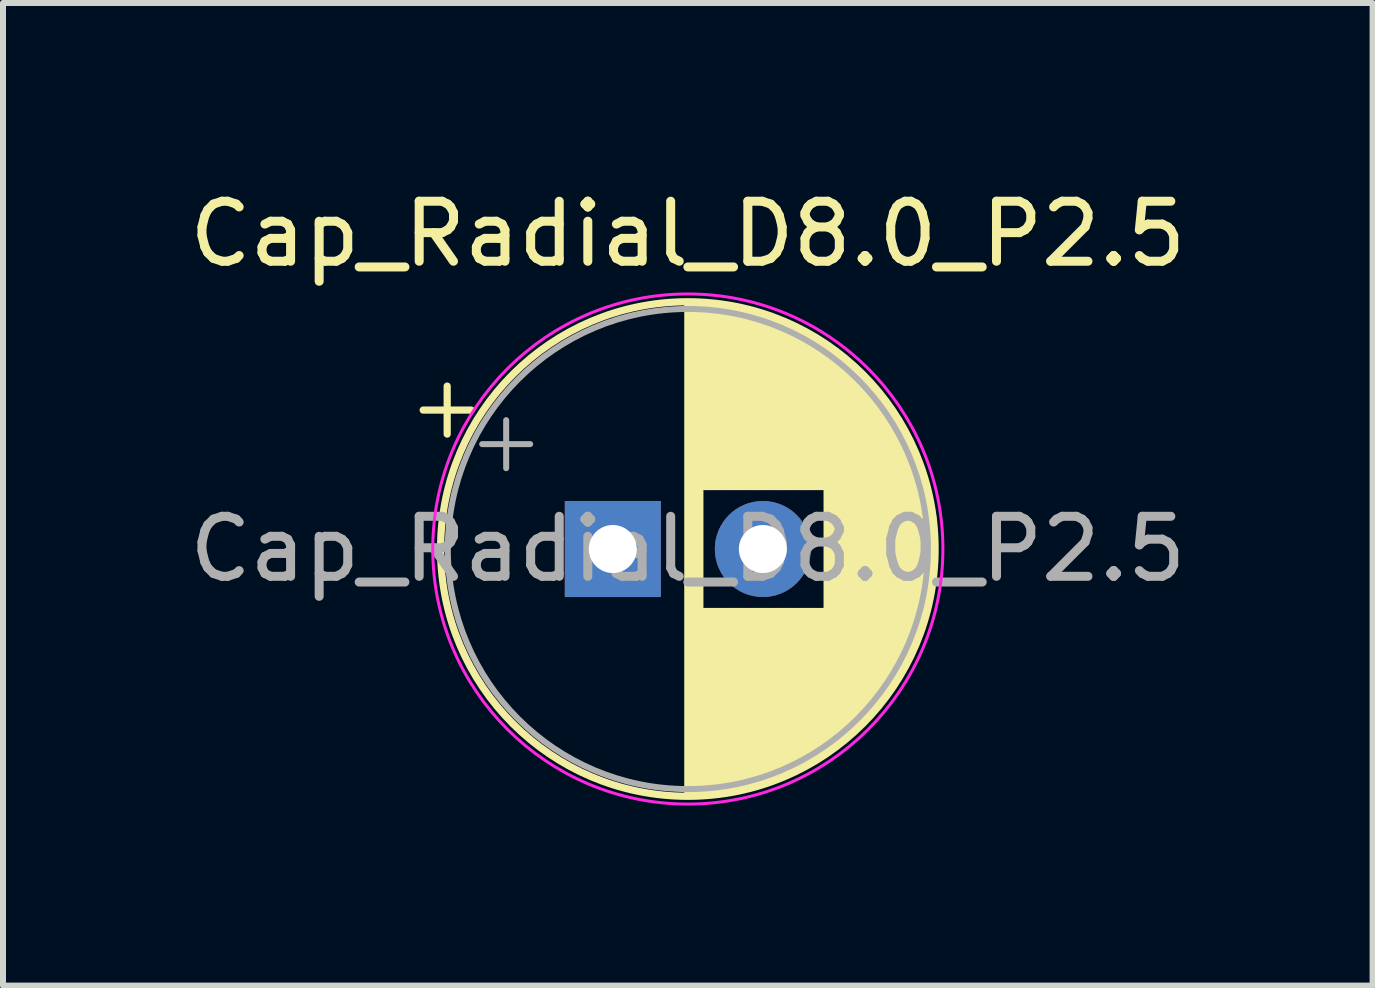
<source format=kicad_pcb>
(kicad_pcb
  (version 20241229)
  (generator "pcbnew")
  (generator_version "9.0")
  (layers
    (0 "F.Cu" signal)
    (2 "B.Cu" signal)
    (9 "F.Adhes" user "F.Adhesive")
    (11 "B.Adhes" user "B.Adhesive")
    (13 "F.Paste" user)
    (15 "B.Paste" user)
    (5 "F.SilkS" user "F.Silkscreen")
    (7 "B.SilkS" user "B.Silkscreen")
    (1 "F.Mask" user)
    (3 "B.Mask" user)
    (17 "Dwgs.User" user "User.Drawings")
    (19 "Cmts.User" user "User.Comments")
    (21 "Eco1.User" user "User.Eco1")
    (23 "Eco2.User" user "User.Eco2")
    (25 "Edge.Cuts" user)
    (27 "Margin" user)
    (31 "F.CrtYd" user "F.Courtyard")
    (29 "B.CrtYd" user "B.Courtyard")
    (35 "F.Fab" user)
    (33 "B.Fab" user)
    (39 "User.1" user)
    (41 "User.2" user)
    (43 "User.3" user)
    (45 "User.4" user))
  (footprint "Cap_Radial_D8.0_P2.5"
    (layer "F.Cu")
    (at 7.161 6.098)
    (property "Reference" "Cap_Radial_D8.0_P2.5" (at 1.25 -5.25 0) (layer "F.SilkS") (effects (font (size 1 1) (thickness 0.15))))
    (attr through_hole)
    (fp_line (start -3.16 -2.315) (end -2.36 -2.315) (stroke (width 0.12) (type solid)) (layer "F.SilkS"))
    (fp_line (start -2.76 -2.715) (end -2.76 -1.915) (stroke (width 0.12) (type solid)) (layer "F.SilkS"))
    (fp_line (start 1.25 -4.08) (end 1.25 4.08) (stroke (width 0.12) (type solid)) (layer "F.SilkS"))
    (fp_line (start 1.29 -4.08) (end 1.29 4.08) (stroke (width 0.12) (type solid)) (layer "F.SilkS"))
    (fp_line (start 1.33 -4.08) (end 1.33 4.08) (stroke (width 0.12) (type solid)) (layer "F.SilkS"))
    (fp_line (start 1.37 -4.079) (end 1.37 4.079) (stroke (width 0.12) (type solid)) (layer "F.SilkS"))
    (fp_line (start 1.41 -4.077) (end 1.41 4.077) (stroke (width 0.12) (type solid)) (layer "F.SilkS"))
    (fp_line (start 1.45 -4.076) (end 1.45 4.076) (stroke (width 0.12) (type solid)) (layer "F.SilkS"))
    (fp_line (start 1.49 -4.074) (end 1.49 -1.04) (stroke (width 0.12) (type solid)) (layer "F.SilkS"))
    (fp_line (start 1.49 1.04) (end 1.49 4.074) (stroke (width 0.12) (type solid)) (layer "F.SilkS"))
    (fp_line (start 1.53 -4.071) (end 1.53 -1.04) (stroke (width 0.12) (type solid)) (layer "F.SilkS"))
    (fp_line (start 1.53 1.04) (end 1.53 4.071) (stroke (width 0.12) (type solid)) (layer "F.SilkS"))
    (fp_line (start 1.57 -4.068) (end 1.57 -1.04) (stroke (width 0.12) (type solid)) (layer "F.SilkS"))
    (fp_line (start 1.57 1.04) (end 1.57 4.068) (stroke (width 0.12) (type solid)) (layer "F.SilkS"))
    (fp_line (start 1.61 -4.065) (end 1.61 -1.04) (stroke (width 0.12) (type solid)) (layer "F.SilkS"))
    (fp_line (start 1.61 1.04) (end 1.61 4.065) (stroke (width 0.12) (type solid)) (layer "F.SilkS"))
    (fp_line (start 1.65 -4.061) (end 1.65 -1.04) (stroke (width 0.12) (type solid)) (layer "F.SilkS"))
    (fp_line (start 1.65 1.04) (end 1.65 4.061) (stroke (width 0.12) (type solid)) (layer "F.SilkS"))
    (fp_line (start 1.69 -4.057) (end 1.69 -1.04) (stroke (width 0.12) (type solid)) (layer "F.SilkS"))
    (fp_line (start 1.69 1.04) (end 1.69 4.057) (stroke (width 0.12) (type solid)) (layer "F.SilkS"))
    (fp_line (start 1.73 -4.052) (end 1.73 -1.04) (stroke (width 0.12) (type solid)) (layer "F.SilkS"))
    (fp_line (start 1.73 1.04) (end 1.73 4.052) (stroke (width 0.12) (type solid)) (layer "F.SilkS"))
    (fp_line (start 1.77 -4.048) (end 1.77 -1.04) (stroke (width 0.12) (type solid)) (layer "F.SilkS"))
    (fp_line (start 1.77 1.04) (end 1.77 4.048) (stroke (width 0.12) (type solid)) (layer "F.SilkS"))
    (fp_line (start 1.81 -4.042) (end 1.81 -1.04) (stroke (width 0.12) (type solid)) (layer "F.SilkS"))
    (fp_line (start 1.81 1.04) (end 1.81 4.042) (stroke (width 0.12) (type solid)) (layer "F.SilkS"))
    (fp_line (start 1.85 -4.037) (end 1.85 -1.04) (stroke (width 0.12) (type solid)) (layer "F.SilkS"))
    (fp_line (start 1.85 1.04) (end 1.85 4.037) (stroke (width 0.12) (type solid)) (layer "F.SilkS"))
    (fp_line (start 1.89 -4.03) (end 1.89 -1.04) (stroke (width 0.12) (type solid)) (layer "F.SilkS"))
    (fp_line (start 1.89 1.04) (end 1.89 4.03) (stroke (width 0.12) (type solid)) (layer "F.SilkS"))
    (fp_line (start 1.93 -4.024) (end 1.93 -1.04) (stroke (width 0.12) (type solid)) (layer "F.SilkS"))
    (fp_line (start 1.93 1.04) (end 1.93 4.024) (stroke (width 0.12) (type solid)) (layer "F.SilkS"))
    (fp_line (start 1.971 -4.017) (end 1.971 -1.04) (stroke (width 0.12) (type solid)) (layer "F.SilkS"))
    (fp_line (start 1.971 1.04) (end 1.971 4.017) (stroke (width 0.12) (type solid)) (layer "F.SilkS"))
    (fp_line (start 2.011 -4.01) (end 2.011 -1.04) (stroke (width 0.12) (type solid)) (layer "F.SilkS"))
    (fp_line (start 2.011 1.04) (end 2.011 4.01) (stroke (width 0.12) (type solid)) (layer "F.SilkS"))
    (fp_line (start 2.051 -4.002) (end 2.051 -1.04) (stroke (width 0.12) (type solid)) (layer "F.SilkS"))
    (fp_line (start 2.051 1.04) (end 2.051 4.002) (stroke (width 0.12) (type solid)) (layer "F.SilkS"))
    (fp_line (start 2.091 -3.994) (end 2.091 -1.04) (stroke (width 0.12) (type solid)) (layer "F.SilkS"))
    (fp_line (start 2.091 1.04) (end 2.091 3.994) (stroke (width 0.12) (type solid)) (layer "F.SilkS"))
    (fp_line (start 2.131 -3.985) (end 2.131 -1.04) (stroke (width 0.12) (type solid)) (layer "F.SilkS"))
    (fp_line (start 2.131 1.04) (end 2.131 3.985) (stroke (width 0.12) (type solid)) (layer "F.SilkS"))
    (fp_line (start 2.171 -3.976) (end 2.171 -1.04) (stroke (width 0.12) (type solid)) (layer "F.SilkS"))
    (fp_line (start 2.171 1.04) (end 2.171 3.976) (stroke (width 0.12) (type solid)) (layer "F.SilkS"))
    (fp_line (start 2.211 -3.967) (end 2.211 -1.04) (stroke (width 0.12) (type solid)) (layer "F.SilkS"))
    (fp_line (start 2.211 1.04) (end 2.211 3.967) (stroke (width 0.12) (type solid)) (layer "F.SilkS"))
    (fp_line (start 2.251 -3.957) (end 2.251 -1.04) (stroke (width 0.12) (type solid)) (layer "F.SilkS"))
    (fp_line (start 2.251 1.04) (end 2.251 3.957) (stroke (width 0.12) (type solid)) (layer "F.SilkS"))
    (fp_line (start 2.291 -3.947) (end 2.291 -1.04) (stroke (width 0.12) (type solid)) (layer "F.SilkS"))
    (fp_line (start 2.291 1.04) (end 2.291 3.947) (stroke (width 0.12) (type solid)) (layer "F.SilkS"))
    (fp_line (start 2.331 -3.936) (end 2.331 -1.04) (stroke (width 0.12) (type solid)) (layer "F.SilkS"))
    (fp_line (start 2.331 1.04) (end 2.331 3.936) (stroke (width 0.12) (type solid)) (layer "F.SilkS"))
    (fp_line (start 2.371 -3.925) (end 2.371 -1.04) (stroke (width 0.12) (type solid)) (layer "F.SilkS"))
    (fp_line (start 2.371 1.04) (end 2.371 3.925) (stroke (width 0.12) (type solid)) (layer "F.SilkS"))
    (fp_line (start 2.411 -3.914) (end 2.411 -1.04) (stroke (width 0.12) (type solid)) (layer "F.SilkS"))
    (fp_line (start 2.411 1.04) (end 2.411 3.914) (stroke (width 0.12) (type solid)) (layer "F.SilkS"))
    (fp_line (start 2.451 -3.902) (end 2.451 -1.04) (stroke (width 0.12) (type solid)) (layer "F.SilkS"))
    (fp_line (start 2.451 1.04) (end 2.451 3.902) (stroke (width 0.12) (type solid)) (layer "F.SilkS"))
    (fp_line (start 2.491 -3.889) (end 2.491 -1.04) (stroke (width 0.12) (type solid)) (layer "F.SilkS"))
    (fp_line (start 2.491 1.04) (end 2.491 3.889) (stroke (width 0.12) (type solid)) (layer "F.SilkS"))
    (fp_line (start 2.531 -3.877) (end 2.531 -1.04) (stroke (width 0.12) (type solid)) (layer "F.SilkS"))
    (fp_line (start 2.531 1.04) (end 2.531 3.877) (stroke (width 0.12) (type solid)) (layer "F.SilkS"))
    (fp_line (start 2.571 -3.863) (end 2.571 -1.04) (stroke (width 0.12) (type solid)) (layer "F.SilkS"))
    (fp_line (start 2.571 1.04) (end 2.571 3.863) (stroke (width 0.12) (type solid)) (layer "F.SilkS"))
    (fp_line (start 2.611 -3.85) (end 2.611 -1.04) (stroke (width 0.12) (type solid)) (layer "F.SilkS"))
    (fp_line (start 2.611 1.04) (end 2.611 3.85) (stroke (width 0.12) (type solid)) (layer "F.SilkS"))
    (fp_line (start 2.651 -3.835) (end 2.651 -1.04) (stroke (width 0.12) (type solid)) (layer "F.SilkS"))
    (fp_line (start 2.651 1.04) (end 2.651 3.835) (stroke (width 0.12) (type solid)) (layer "F.SilkS"))
    (fp_line (start 2.691 -3.821) (end 2.691 -1.04) (stroke (width 0.12) (type solid)) (layer "F.SilkS"))
    (fp_line (start 2.691 1.04) (end 2.691 3.821) (stroke (width 0.12) (type solid)) (layer "F.SilkS"))
    (fp_line (start 2.731 -3.805) (end 2.731 -1.04) (stroke (width 0.12) (type solid)) (layer "F.SilkS"))
    (fp_line (start 2.731 1.04) (end 2.731 3.805) (stroke (width 0.12) (type solid)) (layer "F.SilkS"))
    (fp_line (start 2.771 -3.79) (end 2.771 -1.04) (stroke (width 0.12) (type solid)) (layer "F.SilkS"))
    (fp_line (start 2.771 1.04) (end 2.771 3.79) (stroke (width 0.12) (type solid)) (layer "F.SilkS"))
    (fp_line (start 2.811 -3.774) (end 2.811 -1.04) (stroke (width 0.12) (type solid)) (layer "F.SilkS"))
    (fp_line (start 2.811 1.04) (end 2.811 3.774) (stroke (width 0.12) (type solid)) (layer "F.SilkS"))
    (fp_line (start 2.851 -3.757) (end 2.851 -1.04) (stroke (width 0.12) (type solid)) (layer "F.SilkS"))
    (fp_line (start 2.851 1.04) (end 2.851 3.757) (stroke (width 0.12) (type solid)) (layer "F.SilkS"))
    (fp_line (start 2.891 -3.74) (end 2.891 -1.04) (stroke (width 0.12) (type solid)) (layer "F.SilkS"))
    (fp_line (start 2.891 1.04) (end 2.891 3.74) (stroke (width 0.12) (type solid)) (layer "F.SilkS"))
    (fp_line (start 2.931 -3.722) (end 2.931 -1.04) (stroke (width 0.12) (type solid)) (layer "F.SilkS"))
    (fp_line (start 2.931 1.04) (end 2.931 3.722) (stroke (width 0.12) (type solid)) (layer "F.SilkS"))
    (fp_line (start 2.971 -3.704) (end 2.971 -1.04) (stroke (width 0.12) (type solid)) (layer "F.SilkS"))
    (fp_line (start 2.971 1.04) (end 2.971 3.704) (stroke (width 0.12) (type solid)) (layer "F.SilkS"))
    (fp_line (start 3.011 -3.686) (end 3.011 -1.04) (stroke (width 0.12) (type solid)) (layer "F.SilkS"))
    (fp_line (start 3.011 1.04) (end 3.011 3.686) (stroke (width 0.12) (type solid)) (layer "F.SilkS"))
    (fp_line (start 3.051 -3.666) (end 3.051 -1.04) (stroke (width 0.12) (type solid)) (layer "F.SilkS"))
    (fp_line (start 3.051 1.04) (end 3.051 3.666) (stroke (width 0.12) (type solid)) (layer "F.SilkS"))
    (fp_line (start 3.091 -3.647) (end 3.091 -1.04) (stroke (width 0.12) (type solid)) (layer "F.SilkS"))
    (fp_line (start 3.091 1.04) (end 3.091 3.647) (stroke (width 0.12) (type solid)) (layer "F.SilkS"))
    (fp_line (start 3.131 -3.627) (end 3.131 -1.04) (stroke (width 0.12) (type solid)) (layer "F.SilkS"))
    (fp_line (start 3.131 1.04) (end 3.131 3.627) (stroke (width 0.12) (type solid)) (layer "F.SilkS"))
    (fp_line (start 3.171 -3.606) (end 3.171 -1.04) (stroke (width 0.12) (type solid)) (layer "F.SilkS"))
    (fp_line (start 3.171 1.04) (end 3.171 3.606) (stroke (width 0.12) (type solid)) (layer "F.SilkS"))
    (fp_line (start 3.211 -3.584) (end 3.211 -1.04) (stroke (width 0.12) (type solid)) (layer "F.SilkS"))
    (fp_line (start 3.211 1.04) (end 3.211 3.584) (stroke (width 0.12) (type solid)) (layer "F.SilkS"))
    (fp_line (start 3.251 -3.562) (end 3.251 -1.04) (stroke (width 0.12) (type solid)) (layer "F.SilkS"))
    (fp_line (start 3.251 1.04) (end 3.251 3.562) (stroke (width 0.12) (type solid)) (layer "F.SilkS"))
    (fp_line (start 3.291 -3.54) (end 3.291 -1.04) (stroke (width 0.12) (type solid)) (layer "F.SilkS"))
    (fp_line (start 3.291 1.04) (end 3.291 3.54) (stroke (width 0.12) (type solid)) (layer "F.SilkS"))
    (fp_line (start 3.331 -3.517) (end 3.331 -1.04) (stroke (width 0.12) (type solid)) (layer "F.SilkS"))
    (fp_line (start 3.331 1.04) (end 3.331 3.517) (stroke (width 0.12) (type solid)) (layer "F.SilkS"))
    (fp_line (start 3.371 -3.493) (end 3.371 -1.04) (stroke (width 0.12) (type solid)) (layer "F.SilkS"))
    (fp_line (start 3.371 1.04) (end 3.371 3.493) (stroke (width 0.12) (type solid)) (layer "F.SilkS"))
    (fp_line (start 3.411 -3.469) (end 3.411 -1.04) (stroke (width 0.12) (type solid)) (layer "F.SilkS"))
    (fp_line (start 3.411 1.04) (end 3.411 3.469) (stroke (width 0.12) (type solid)) (layer "F.SilkS"))
    (fp_line (start 3.451 -3.444) (end 3.451 -1.04) (stroke (width 0.12) (type solid)) (layer "F.SilkS"))
    (fp_line (start 3.451 1.04) (end 3.451 3.444) (stroke (width 0.12) (type solid)) (layer "F.SilkS"))
    (fp_line (start 3.491 -3.418) (end 3.491 -1.04) (stroke (width 0.12) (type solid)) (layer "F.SilkS"))
    (fp_line (start 3.491 1.04) (end 3.491 3.418) (stroke (width 0.12) (type solid)) (layer "F.SilkS"))
    (fp_line (start 3.531 -3.392) (end 3.531 -1.04) (stroke (width 0.12) (type solid)) (layer "F.SilkS"))
    (fp_line (start 3.531 1.04) (end 3.531 3.392) (stroke (width 0.12) (type solid)) (layer "F.SilkS"))
    (fp_line (start 3.571 -3.365) (end 3.571 3.365) (stroke (width 0.12) (type solid)) (layer "F.SilkS"))
    (fp_line (start 3.611 -3.338) (end 3.611 3.338) (stroke (width 0.12) (type solid)) (layer "F.SilkS"))
    (fp_line (start 3.651 -3.309) (end 3.651 3.309) (stroke (width 0.12) (type solid)) (layer "F.SilkS"))
    (fp_line (start 3.691 -3.28) (end 3.691 3.28) (stroke (width 0.12) (type solid)) (layer "F.SilkS"))
    (fp_line (start 3.731 -3.25) (end 3.731 3.25) (stroke (width 0.12) (type solid)) (layer "F.SilkS"))
    (fp_line (start 3.771 -3.22) (end 3.771 3.22) (stroke (width 0.12) (type solid)) (layer "F.SilkS"))
    (fp_line (start 3.811 -3.189) (end 3.811 3.189) (stroke (width 0.12) (type solid)) (layer "F.SilkS"))
    (fp_line (start 3.851 -3.156) (end 3.851 3.156) (stroke (width 0.12) (type solid)) (layer "F.SilkS"))
    (fp_line (start 3.891 -3.124) (end 3.891 3.124) (stroke (width 0.12) (type solid)) (layer "F.SilkS"))
    (fp_line (start 3.931 -3.09) (end 3.931 3.09) (stroke (width 0.12) (type solid)) (layer "F.SilkS"))
    (fp_line (start 3.971 -3.055) (end 3.971 3.055) (stroke (width 0.12) (type solid)) (layer "F.SilkS"))
    (fp_line (start 4.011 -3.019) (end 4.011 3.019) (stroke (width 0.12) (type solid)) (layer "F.SilkS"))
    (fp_line (start 4.051 -2.983) (end 4.051 2.983) (stroke (width 0.12) (type solid)) (layer "F.SilkS"))
    (fp_line (start 4.091 -2.945) (end 4.091 2.945) (stroke (width 0.12) (type solid)) (layer "F.SilkS"))
    (fp_line (start 4.131 -2.907) (end 4.131 2.907) (stroke (width 0.12) (type solid)) (layer "F.SilkS"))
    (fp_line (start 4.171 -2.867) (end 4.171 2.867) (stroke (width 0.12) (type solid)) (layer "F.SilkS"))
    (fp_line (start 4.211 -2.826) (end 4.211 2.826) (stroke (width 0.12) (type solid)) (layer "F.SilkS"))
    (fp_line (start 4.251 -2.784) (end 4.251 2.784) (stroke (width 0.12) (type solid)) (layer "F.SilkS"))
    (fp_line (start 4.291 -2.741) (end 4.291 2.741) (stroke (width 0.12) (type solid)) (layer "F.SilkS"))
    (fp_line (start 4.331 -2.697) (end 4.331 2.697) (stroke (width 0.12) (type solid)) (layer "F.SilkS"))
    (fp_line (start 4.371 -2.651) (end 4.371 2.651) (stroke (width 0.12) (type solid)) (layer "F.SilkS"))
    (fp_line (start 4.411 -2.604) (end 4.411 2.604) (stroke (width 0.12) (type solid)) (layer "F.SilkS"))
    (fp_line (start 4.451 -2.556) (end 4.451 2.556) (stroke (width 0.12) (type solid)) (layer "F.SilkS"))
    (fp_line (start 4.491 -2.505) (end 4.491 2.505) (stroke (width 0.12) (type solid)) (layer "F.SilkS"))
    (fp_line (start 4.531 -2.454) (end 4.531 2.454) (stroke (width 0.12) (type solid)) (layer "F.SilkS"))
    (fp_line (start 4.571 -2.4) (end 4.571 2.4) (stroke (width 0.12) (type solid)) (layer "F.SilkS"))
    (fp_line (start 4.611 -2.345) (end 4.611 2.345) (stroke (width 0.12) (type solid)) (layer "F.SilkS"))
    (fp_line (start 4.651 -2.287) (end 4.651 2.287) (stroke (width 0.12) (type solid)) (layer "F.SilkS"))
    (fp_line (start 4.691 -2.228) (end 4.691 2.228) (stroke (width 0.12) (type solid)) (layer "F.SilkS"))
    (fp_line (start 4.731 -2.166) (end 4.731 2.166) (stroke (width 0.12) (type solid)) (layer "F.SilkS"))
    (fp_line (start 4.771 -2.102) (end 4.771 2.102) (stroke (width 0.12) (type solid)) (layer "F.SilkS"))
    (fp_line (start 4.811 -2.034) (end 4.811 2.034) (stroke (width 0.12) (type solid)) (layer "F.SilkS"))
    (fp_line (start 4.851 -1.964) (end 4.851 1.964) (stroke (width 0.12) (type solid)) (layer "F.SilkS"))
    (fp_line (start 4.891 -1.89) (end 4.891 1.89) (stroke (width 0.12) (type solid)) (layer "F.SilkS"))
    (fp_line (start 4.931 -1.813) (end 4.931 1.813) (stroke (width 0.12) (type solid)) (layer "F.SilkS"))
    (fp_line (start 4.971 -1.731) (end 4.971 1.731) (stroke (width 0.12) (type solid)) (layer "F.SilkS"))
    (fp_line (start 5.011 -1.645) (end 5.011 1.645) (stroke (width 0.12) (type solid)) (layer "F.SilkS"))
    (fp_line (start 5.051 -1.552) (end 5.051 1.552) (stroke (width 0.12) (type solid)) (layer "F.SilkS"))
    (fp_line (start 5.091 -1.453) (end 5.091 1.453) (stroke (width 0.12) (type solid)) (layer "F.SilkS"))
    (fp_line (start 5.131 -1.346) (end 5.131 1.346) (stroke (width 0.12) (type solid)) (layer "F.SilkS"))
    (fp_line (start 5.171 -1.229) (end 5.171 1.229) (stroke (width 0.12) (type solid)) (layer "F.SilkS"))
    (fp_line (start 5.211 -1.098) (end 5.211 1.098) (stroke (width 0.12) (type solid)) (layer "F.SilkS"))
    (fp_line (start 5.251 -0.948) (end 5.251 0.948) (stroke (width 0.12) (type solid)) (layer "F.SilkS"))
    (fp_line (start 5.291 -0.768) (end 5.291 0.768) (stroke (width 0.12) (type solid)) (layer "F.SilkS"))
    (fp_line (start 5.331 -0.533) (end 5.331 0.533) (stroke (width 0.12) (type solid)) (layer "F.SilkS"))
    (fp_circle (center 1.25 0) (end 5.37 0) (stroke (width 0.12) (type solid)) (fill no) (layer "F.SilkS"))
    (fp_circle (center 1.25 0) (end 5.5 0) (stroke (width 0.05) (type solid)) (fill no) (layer "F.CrtYd"))
    (fp_line (start -2.177 -1.748) (end -1.377 -1.748) (stroke (width 0.1) (type solid)) (layer "F.Fab"))
    (fp_line (start -1.777 -2.147) (end -1.777 -1.347) (stroke (width 0.1) (type solid)) (layer "F.Fab"))
    (fp_circle (center 1.25 0) (end 5.25 0) (stroke (width 0.1) (type solid)) (fill no) (layer "F.Fab"))
    (fp_text user "${REFERENCE}" (at 1.25 0 0) (layer "F.Fab") (effects (font (size 1 1) (thickness 0.15))))
    (pad "1" thru_hole rect (at 0 0) (size 1.6 1.6) (drill 0.8) (layers "*.Cu" "*.Mask"))
    (pad "2" thru_hole circle (at 2.5 0) (size 1.6 1.6) (drill 0.8) (layers "*.Cu" "*.Mask")))
  (gr_rect
    (start -3 -3)
    (end 19.821 13.373)
    (stroke (width 0.1) (type default))
    (fill no)
    (layer "Edge.Cuts")))
</source>
